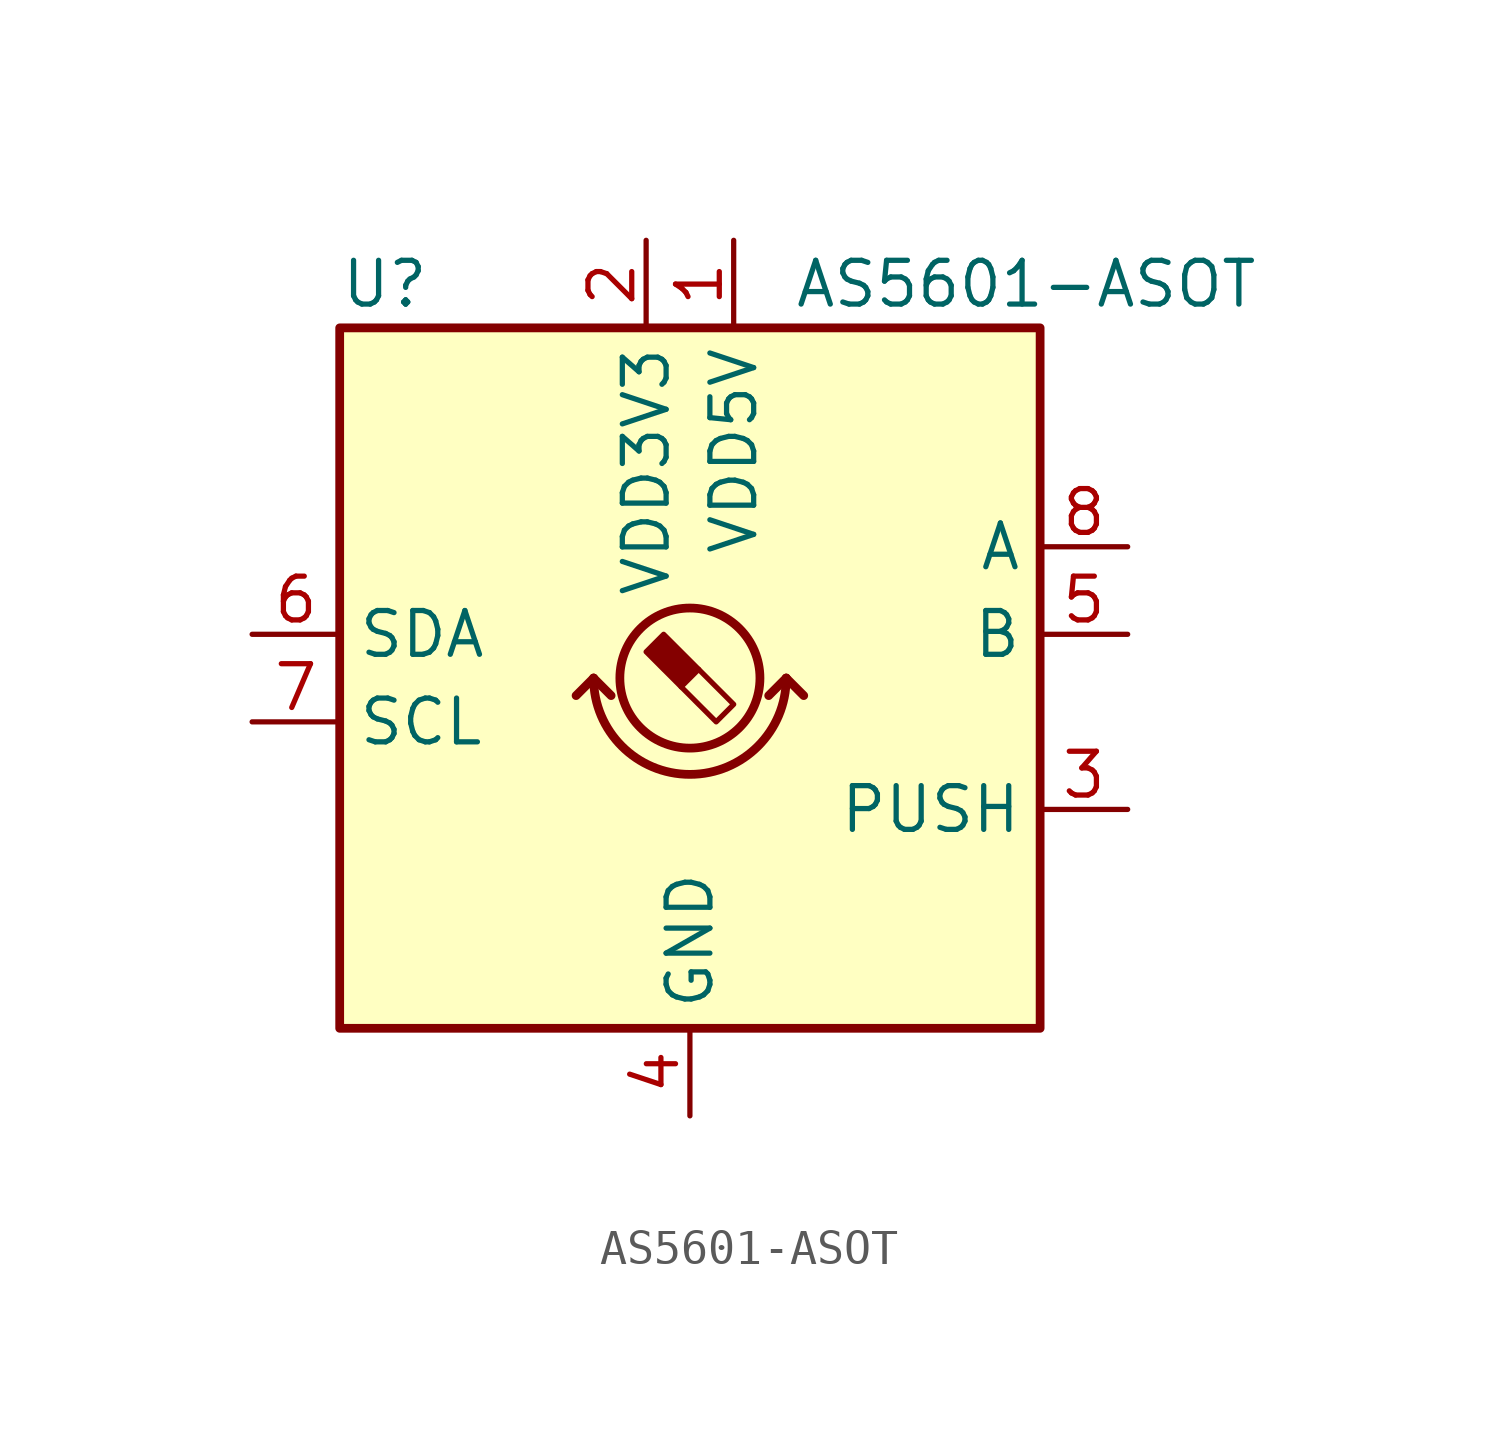
<source format=kicad_sym>
(kicad_symbol_lib
  (version 20211014)
  (generator kicad_symbol_editor)
  (symbol "AS5601-ASOT"
    (property "Reference" "U"
      (at -10.16 11.43 0)
      (effects (font (size 1.27 1.27)) (justify left)))
    (property "Value" "AS5601-ASOT"
      (at 16.51 11.43 0)
      (effects (font (size 1.27 1.27)) (justify right)))
    (symbol "AS5601-ASOT_0_1"
      (rectangle (start -10.16 10.16) (end 10.16 -10.16) (stroke (width 0.254) (type default) (color 0 0 0 0)) (fill (type background)))
      (arc (start -2.794 0) (mid 0 -2.794) (end 2.794 0) (stroke (width 0.254) (type default) (color 0 0 0 0)) (fill (type none)))
      (polyline (pts (xy -2.794 0) (xy -3.302 -0.508)) (stroke (width 0.254) (type default) (color 0 0 0 0)) (fill (type none)))
      (polyline (pts (xy -2.794 0) (xy -2.286 -0.508)) (stroke (width 0.254) (type default) (color 0 0 0 0)) (fill (type none)))
      (polyline (pts (xy 2.794 0) (xy 2.286 -0.508)) (stroke (width 0.254) (type default) (color 0 0 0 0)) (fill (type none)))
      (polyline (pts (xy 2.794 0) (xy 3.302 -0.508)) (stroke (width 0.254) (type default) (color 0 0 0 0)) (fill (type none)))
      (polyline (pts (xy 0.254 0.254) (xy 1.27 -0.762) (xy 0.762 -1.27) (xy -0.254 -0.254)) (stroke (width 0) (type default) (color 0 0 0 0)) (fill (type none)))
      (polyline (pts (xy -0.762 1.27) (xy 0.254 0.254) (xy -0.254 -0.254) (xy -1.27 0.762) (xy -1.016 1.016) (xy -0.762 1.27) (xy -0.635 1.143)) (stroke (width 0) (type default) (color 0 0 0 0)) (fill (type outline)))
      (circle (center 0 0) (radius 2.032) (stroke (width 0.254) (type default) (color 0 0 0 0)) (fill (type none))))
    (symbol "AS5601-ASOT_1_1"
      (pin power_in line (at 1.27 12.7 270) (length 2.54) (name "VDD5V" (effects (font (size 1.27 1.27)))) (number "1" (effects (font (size 1.27 1.27)))))
      (pin power_in line (at -1.27 12.7 270) (length 2.54) (name "VDD3V3" (effects (font (size 1.27 1.27)))) (number "2" (effects (font (size 1.27 1.27)))))
      (pin output line (at 12.7 -3.81 180) (length 2.54) (name "PUSH" (effects (font (size 1.27 1.27)))) (number "3" (effects (font (size 1.27 1.27)))))
      (pin power_in line (at 0 -12.7 90) (length 2.54) (name "GND" (effects (font (size 1.27 1.27)))) (number "4" (effects (font (size 1.27 1.27)))))
      (pin output line (at 12.7 1.27 180) (length 2.54) (name "B" (effects (font (size 1.27 1.27)))) (number "5" (effects (font (size 1.27 1.27)))))
      (pin bidirectional line (at -12.7 1.27 0) (length 2.54) (name "SDA" (effects (font (size 1.27 1.27)))) (number "6" (effects (font (size 1.27 1.27)))))
      (pin input line (at -12.7 -1.27 0) (length 2.54) (name "SCL" (effects (font (size 1.27 1.27)))) (number "7" (effects (font (size 1.27 1.27)))))
      (pin output line (at 12.7 3.81 180) (length 2.54) (name "A" (effects (font (size 1.27 1.27)))) (number "8" (effects (font (size 1.27 1.27))))))))
</source>
